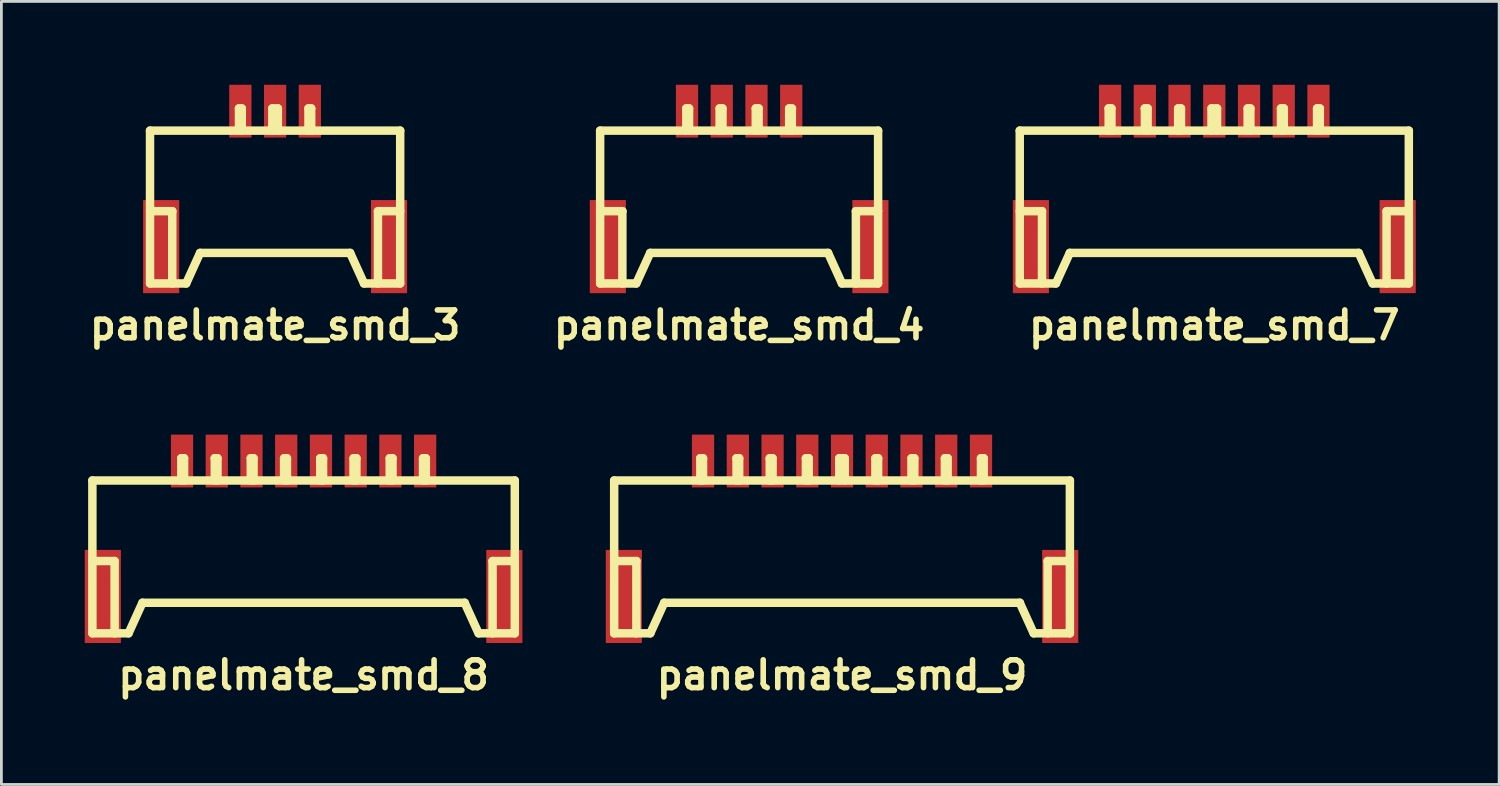
<source format=kicad_pcb>
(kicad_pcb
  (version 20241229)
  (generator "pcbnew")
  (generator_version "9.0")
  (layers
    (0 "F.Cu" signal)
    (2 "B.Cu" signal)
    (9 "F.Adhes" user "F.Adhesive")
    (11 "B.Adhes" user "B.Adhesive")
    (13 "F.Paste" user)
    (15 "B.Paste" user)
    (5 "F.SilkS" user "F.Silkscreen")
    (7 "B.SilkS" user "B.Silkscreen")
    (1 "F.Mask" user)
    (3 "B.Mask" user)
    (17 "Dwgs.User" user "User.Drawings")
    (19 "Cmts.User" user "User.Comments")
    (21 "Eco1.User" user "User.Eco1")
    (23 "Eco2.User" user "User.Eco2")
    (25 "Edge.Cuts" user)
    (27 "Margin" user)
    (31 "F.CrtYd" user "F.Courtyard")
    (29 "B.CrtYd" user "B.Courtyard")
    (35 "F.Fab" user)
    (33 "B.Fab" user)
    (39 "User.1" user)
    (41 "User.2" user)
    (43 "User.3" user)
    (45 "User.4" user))
  (footprint "panelmate_smd_4"
    (layer "F.Cu")
    (at 23.546 4.45)
    (property "Reference" "panelmate_smd_4" (at 0 4.201 0) (layer "F.SilkS") (effects (font (size 1.001 1.001) (thickness 0.201))))
    (attr through_hole)
    (fp_line (start -5.001 -2.799) (end -5.001 2.7) (stroke (width 0.305) (type solid)) (layer "F.SilkS"))
    (fp_line (start -4.999 0.099) (end -4.199 0.099) (stroke (width 0.305) (type solid)) (layer "F.SilkS"))
    (fp_line (start -4.201 0.099) (end -4.201 2.7) (stroke (width 0.305) (type solid)) (layer "F.SilkS"))
    (fp_line (start -3.701 2.7) (end -4.999 2.7) (stroke (width 0.305) (type solid)) (layer "F.SilkS"))
    (fp_line (start -3.701 2.7) (end -3.2 1.6) (stroke (width 0.305) (type solid)) (layer "F.SilkS"))
    (fp_line (start -3.2 1.6) (end 3.2 1.6) (stroke (width 0.305) (type solid)) (layer "F.SilkS"))
    (fp_line (start -1.902 -3.599) (end -1.801 -3.599) (stroke (width 0.305) (type solid)) (layer "F.SilkS"))
    (fp_line (start -1.9 -2.799) (end -1.9 -3.599) (stroke (width 0.305) (type solid)) (layer "F.SilkS"))
    (fp_line (start -1.801 -3.599) (end -1.801 -2.799) (stroke (width 0.305) (type solid)) (layer "F.SilkS"))
    (fp_line (start -0.701 -3.599) (end -0.701 -2.799) (stroke (width 0.305) (type solid)) (layer "F.SilkS"))
    (fp_line (start -0.599 -3.599) (end -0.701 -3.599) (stroke (width 0.305) (type solid)) (layer "F.SilkS"))
    (fp_line (start -0.599 -3.599) (end -0.599 -2.799) (stroke (width 0.305) (type solid)) (layer "F.SilkS"))
    (fp_line (start 0.599 -3.599) (end 0.599 -2.799) (stroke (width 0.305) (type solid)) (layer "F.SilkS"))
    (fp_line (start 0.701 -3.599) (end 0.599 -3.599) (stroke (width 0.305) (type solid)) (layer "F.SilkS"))
    (fp_line (start 0.701 -2.799) (end 0.701 -3.599) (stroke (width 0.305) (type solid)) (layer "F.SilkS"))
    (fp_line (start 1.801 -2.799) (end 1.801 -3.599) (stroke (width 0.305) (type solid)) (layer "F.SilkS"))
    (fp_line (start 1.803 -3.599) (end 1.902 -3.599) (stroke (width 0.305) (type solid)) (layer "F.SilkS"))
    (fp_line (start 1.897 -3.599) (end 1.897 -2.799) (stroke (width 0.305) (type solid)) (layer "F.SilkS"))
    (fp_line (start 3.2 1.6) (end 3.701 2.7) (stroke (width 0.305) (type solid)) (layer "F.SilkS"))
    (fp_line (start 3.701 2.7) (end 4.999 2.7) (stroke (width 0.305) (type solid)) (layer "F.SilkS"))
    (fp_line (start 4.201 0.099) (end 4.201 2.7) (stroke (width 0.305) (type solid)) (layer "F.SilkS"))
    (fp_line (start 5.001 -2.799) (end -5.001 -2.799) (stroke (width 0.305) (type solid)) (layer "F.SilkS"))
    (fp_line (start 5.001 0.099) (end 4.201 0.099) (stroke (width 0.305) (type solid)) (layer "F.SilkS"))
    (fp_line (start 5.001 2.7) (end 5.001 -2.799) (stroke (width 0.305) (type solid)) (layer "F.SilkS"))
    (pad "1" smd rect (at -1.875 -3.5) (size 0.8 1.9) (layers "F.Cu" "F.Mask" "F.Paste"))
    (pad "2" smd rect (at -0.625 -3.5) (size 0.8 1.9) (layers "F.Cu" "F.Mask" "F.Paste"))
    (pad "3" smd rect (at 0.625 -3.5) (size 0.8 1.9) (layers "F.Cu" "F.Mask" "F.Paste"))
    (pad "4" smd rect (at 1.875 -3.5) (size 0.8 1.9) (layers "F.Cu" "F.Mask" "F.Paste"))
    (pad "5" smd rect (at -4.724 1.374) (size 1.3 3.35) (layers "F.Cu" "F.Mask" "F.Paste"))
    (pad "5" smd rect (at 4.724 1.374) (size 1.3 3.35) (layers "F.Cu" "F.Mask" "F.Paste")))
  (footprint "panelmate_smd_3"
    (layer "F.Cu")
    (at 6.849 4.45)
    (property "Reference" "panelmate_smd_3" (at 0 4.201 0) (layer "F.SilkS") (effects (font (size 1.001 1.001) (thickness 0.201))))
    (attr through_hole)
    (fp_line (start -4.501 -2.799) (end 4.501 -2.799) (stroke (width 0.305) (type solid)) (layer "F.SilkS"))
    (fp_line (start -4.501 2.7) (end -4.501 -2.799) (stroke (width 0.305) (type solid)) (layer "F.SilkS"))
    (fp_line (start -4.498 0.099) (end -3.698 0.099) (stroke (width 0.305) (type solid)) (layer "F.SilkS"))
    (fp_line (start -3.701 0.099) (end -3.701 2.7) (stroke (width 0.305) (type solid)) (layer "F.SilkS"))
    (fp_line (start -3.2 2.7) (end -4.498 2.7) (stroke (width 0.305) (type solid)) (layer "F.SilkS"))
    (fp_line (start -3.2 2.7) (end -2.7 1.6) (stroke (width 0.305) (type solid)) (layer "F.SilkS"))
    (fp_line (start -2.7 1.6) (end 2.7 1.6) (stroke (width 0.305) (type solid)) (layer "F.SilkS"))
    (fp_line (start -1.3 -3.599) (end -1.199 -3.599) (stroke (width 0.305) (type solid)) (layer "F.SilkS"))
    (fp_line (start -1.3 -2.799) (end -1.3 -3.599) (stroke (width 0.305) (type solid)) (layer "F.SilkS"))
    (fp_line (start -1.199 -3.599) (end -1.199 -2.799) (stroke (width 0.305) (type solid)) (layer "F.SilkS"))
    (fp_line (start -0.099 -3.599) (end 0.099 -3.599) (stroke (width 0.305) (type solid)) (layer "F.SilkS"))
    (fp_line (start -0.099 -2.799) (end -0.099 -3.599) (stroke (width 0.305) (type solid)) (layer "F.SilkS"))
    (fp_line (start 0.099 -3.599) (end 0.099 -2.799) (stroke (width 0.305) (type solid)) (layer "F.SilkS"))
    (fp_line (start 1.201 -3.599) (end 1.3 -3.599) (stroke (width 0.305) (type solid)) (layer "F.SilkS"))
    (fp_line (start 1.201 -2.799) (end 1.201 -3.599) (stroke (width 0.305) (type solid)) (layer "F.SilkS"))
    (fp_line (start 1.298 -3.599) (end 1.298 -2.799) (stroke (width 0.305) (type solid)) (layer "F.SilkS"))
    (fp_line (start 2.7 1.6) (end 3.2 2.7) (stroke (width 0.305) (type solid)) (layer "F.SilkS"))
    (fp_line (start 3.2 2.7) (end 4.498 2.7) (stroke (width 0.305) (type solid)) (layer "F.SilkS"))
    (fp_line (start 3.701 0.099) (end 3.701 2.7) (stroke (width 0.305) (type solid)) (layer "F.SilkS"))
    (fp_line (start 4.501 -2.799) (end 4.501 2.7) (stroke (width 0.305) (type solid)) (layer "F.SilkS"))
    (fp_line (start 4.501 0.099) (end 3.701 0.099) (stroke (width 0.305) (type solid)) (layer "F.SilkS"))
    (pad "1" smd rect (at -1.25 -3.5) (size 0.8 1.9) (layers "F.Cu" "F.Mask" "F.Paste"))
    (pad "2" smd rect (at 0 -3.5) (size 0.8 1.9) (layers "F.Cu" "F.Mask" "F.Paste"))
    (pad "3" smd rect (at 1.25 -3.5) (size 0.8 1.9) (layers "F.Cu" "F.Mask" "F.Paste"))
    (pad "4" smd rect (at -4.1 1.374) (size 1.3 3.35) (layers "F.Cu" "F.Mask" "F.Paste"))
    (pad "4" smd rect (at 4.1 1.374) (size 1.3 3.35) (layers "F.Cu" "F.Mask" "F.Paste")))
  (footprint "panelmate_smd_7"
    (layer "F.Cu")
    (at 40.644 4.45)
    (property "Reference" "panelmate_smd_7" (at 0 4.201 0) (layer "F.SilkS") (effects (font (size 1.001 1.001) (thickness 0.201))))
    (attr through_hole)
    (fp_line (start -7 -2.799) (end -7 2.7) (stroke (width 0.305) (type solid)) (layer "F.SilkS"))
    (fp_line (start -7 -2.799) (end 7 -2.799) (stroke (width 0.305) (type solid)) (layer "F.SilkS"))
    (fp_line (start -7 0.099) (end -6.2 0.099) (stroke (width 0.305) (type solid)) (layer "F.SilkS"))
    (fp_line (start -6.2 0.099) (end -6.2 2.7) (stroke (width 0.305) (type solid)) (layer "F.SilkS"))
    (fp_line (start -5.7 2.7) (end -6.998 2.7) (stroke (width 0.305) (type solid)) (layer "F.SilkS"))
    (fp_line (start -5.7 2.7) (end -5.199 1.6) (stroke (width 0.305) (type solid)) (layer "F.SilkS"))
    (fp_line (start -5.199 1.6) (end 5.199 1.6) (stroke (width 0.305) (type solid)) (layer "F.SilkS"))
    (fp_line (start -3.802 -3.599) (end -3.701 -3.599) (stroke (width 0.305) (type solid)) (layer "F.SilkS"))
    (fp_line (start -3.8 -2.799) (end -3.8 -3.599) (stroke (width 0.305) (type solid)) (layer "F.SilkS"))
    (fp_line (start -3.701 -3.599) (end -3.701 -2.799) (stroke (width 0.305) (type solid)) (layer "F.SilkS"))
    (fp_line (start -2.502 -3.599) (end -2.4 -3.599) (stroke (width 0.305) (type solid)) (layer "F.SilkS"))
    (fp_line (start -2.497 -2.799) (end -2.497 -3.599) (stroke (width 0.305) (type solid)) (layer "F.SilkS"))
    (fp_line (start -2.4 -3.599) (end -2.4 -2.799) (stroke (width 0.305) (type solid)) (layer "F.SilkS"))
    (fp_line (start -1.3 -3.599) (end -1.3 -2.799) (stroke (width 0.305) (type solid)) (layer "F.SilkS"))
    (fp_line (start -1.199 -3.599) (end -1.3 -3.599) (stroke (width 0.305) (type solid)) (layer "F.SilkS"))
    (fp_line (start -1.199 -3.599) (end -1.199 -2.799) (stroke (width 0.305) (type solid)) (layer "F.SilkS"))
    (fp_line (start -0.099 -3.599) (end 0.099 -3.599) (stroke (width 0.305) (type solid)) (layer "F.SilkS"))
    (fp_line (start -0.099 -2.799) (end -0.099 -3.599) (stroke (width 0.305) (type solid)) (layer "F.SilkS"))
    (fp_line (start 0.099 -3.599) (end 0.099 -2.799) (stroke (width 0.305) (type solid)) (layer "F.SilkS"))
    (fp_line (start 1.201 -3.599) (end 1.3 -3.599) (stroke (width 0.305) (type solid)) (layer "F.SilkS"))
    (fp_line (start 1.201 -2.799) (end 1.201 -3.599) (stroke (width 0.305) (type solid)) (layer "F.SilkS"))
    (fp_line (start 1.298 -3.599) (end 1.298 -2.799) (stroke (width 0.305) (type solid)) (layer "F.SilkS"))
    (fp_line (start 2.4 -3.599) (end 2.4 -2.799) (stroke (width 0.305) (type solid)) (layer "F.SilkS"))
    (fp_line (start 2.502 -3.599) (end 2.4 -3.599) (stroke (width 0.305) (type solid)) (layer "F.SilkS"))
    (fp_line (start 2.502 -2.799) (end 2.502 -3.599) (stroke (width 0.305) (type solid)) (layer "F.SilkS"))
    (fp_line (start 3.698 -3.599) (end 3.698 -2.799) (stroke (width 0.305) (type solid)) (layer "F.SilkS"))
    (fp_line (start 3.701 -3.599) (end 3.8 -3.599) (stroke (width 0.305) (type solid)) (layer "F.SilkS"))
    (fp_line (start 3.797 -2.799) (end 3.797 -3.599) (stroke (width 0.305) (type solid)) (layer "F.SilkS"))
    (fp_line (start 5.197 1.6) (end 5.697 2.7) (stroke (width 0.305) (type solid)) (layer "F.SilkS"))
    (fp_line (start 5.702 2.7) (end 7 2.7) (stroke (width 0.305) (type solid)) (layer "F.SilkS"))
    (fp_line (start 6.2 0.099) (end 6.2 2.7) (stroke (width 0.305) (type solid)) (layer "F.SilkS"))
    (fp_line (start 7 -2.799) (end 7 2.7) (stroke (width 0.305) (type solid)) (layer "F.SilkS"))
    (fp_line (start 7 0.099) (end 6.2 0.099) (stroke (width 0.305) (type solid)) (layer "F.SilkS"))
    (pad "1" smd rect (at -3.749 -3.5) (size 0.8 1.9) (layers "F.Cu" "F.Mask" "F.Paste"))
    (pad "2" smd rect (at -2.499 -3.5) (size 0.8 1.9) (layers "F.Cu" "F.Mask" "F.Paste"))
    (pad "3" smd rect (at -1.25 -3.5) (size 0.8 1.9) (layers "F.Cu" "F.Mask" "F.Paste"))
    (pad "4" smd rect (at 0 -3.5) (size 0.8 1.9) (layers "F.Cu" "F.Mask" "F.Paste"))
    (pad "5" smd rect (at 1.25 -3.5) (size 0.8 1.9) (layers "F.Cu" "F.Mask" "F.Paste"))
    (pad "6" smd rect (at 2.499 -3.5) (size 0.8 1.9) (layers "F.Cu" "F.Mask" "F.Paste"))
    (pad "7" smd rect (at 3.749 -3.5) (size 0.8 1.9) (layers "F.Cu" "F.Mask" "F.Paste"))
    (pad "8" smd rect (at -6.599 1.374) (size 1.3 3.35) (layers "F.Cu" "F.Mask" "F.Paste"))
    (pad "8" smd rect (at 6.599 1.374) (size 1.3 3.35) (layers "F.Cu" "F.Mask" "F.Paste")))
  (footprint "panelmate_smd_8"
    (layer "F.Cu")
    (at 7.874 17.039)
    (property "Reference" "panelmate_smd_8" (at 0 4.201 0) (layer "F.SilkS") (effects (font (size 1.001 1.001) (thickness 0.201))))
    (attr through_hole)
    (fp_line (start -7.6 -2.799) (end -7.6 2.7) (stroke (width 0.305) (type solid)) (layer "F.SilkS"))
    (fp_line (start -7.6 -2.799) (end 7.6 -2.799) (stroke (width 0.305) (type solid)) (layer "F.SilkS"))
    (fp_line (start -7.6 0.099) (end -6.8 0.099) (stroke (width 0.305) (type solid)) (layer "F.SilkS"))
    (fp_line (start -6.8 0.099) (end -6.8 2.7) (stroke (width 0.305) (type solid)) (layer "F.SilkS"))
    (fp_line (start -6.299 2.7) (end -7.597 2.7) (stroke (width 0.305) (type solid)) (layer "F.SilkS"))
    (fp_line (start -6.299 2.7) (end -5.799 1.6) (stroke (width 0.305) (type solid)) (layer "F.SilkS"))
    (fp_line (start -5.799 1.6) (end 5.799 1.6) (stroke (width 0.305) (type solid)) (layer "F.SilkS"))
    (fp_line (start -4.402 -3.599) (end -4.3 -3.599) (stroke (width 0.305) (type solid)) (layer "F.SilkS"))
    (fp_line (start -4.399 -2.799) (end -4.399 -3.599) (stroke (width 0.305) (type solid)) (layer "F.SilkS"))
    (fp_line (start -4.3 -3.599) (end -4.3 -2.799) (stroke (width 0.305) (type solid)) (layer "F.SilkS"))
    (fp_line (start -3.2 -3.599) (end -3.099 -3.599) (stroke (width 0.305) (type solid)) (layer "F.SilkS"))
    (fp_line (start -3.195 -2.799) (end -3.195 -3.599) (stroke (width 0.305) (type solid)) (layer "F.SilkS"))
    (fp_line (start -3.099 -3.599) (end -3.099 -2.799) (stroke (width 0.305) (type solid)) (layer "F.SilkS"))
    (fp_line (start -1.9 -3.599) (end -1.9 -2.799) (stroke (width 0.305) (type solid)) (layer "F.SilkS"))
    (fp_line (start -1.801 -3.599) (end -1.902 -3.599) (stroke (width 0.305) (type solid)) (layer "F.SilkS"))
    (fp_line (start -1.801 -3.599) (end -1.801 -2.799) (stroke (width 0.305) (type solid)) (layer "F.SilkS"))
    (fp_line (start -0.701 -3.599) (end -0.599 -3.599) (stroke (width 0.305) (type solid)) (layer "F.SilkS"))
    (fp_line (start -0.701 -2.799) (end -0.701 -3.599) (stroke (width 0.305) (type solid)) (layer "F.SilkS"))
    (fp_line (start -0.599 -3.599) (end -0.599 -2.799) (stroke (width 0.305) (type solid)) (layer "F.SilkS"))
    (fp_line (start 0.599 -3.599) (end 0.599 -2.799) (stroke (width 0.305) (type solid)) (layer "F.SilkS"))
    (fp_line (start 0.701 -3.599) (end 0.599 -3.599) (stroke (width 0.305) (type solid)) (layer "F.SilkS"))
    (fp_line (start 0.701 -3.599) (end 0.701 -2.799) (stroke (width 0.305) (type solid)) (layer "F.SilkS"))
    (fp_line (start 1.798 -3.599) (end 1.798 -2.799) (stroke (width 0.305) (type solid)) (layer "F.SilkS"))
    (fp_line (start 1.803 -3.599) (end 1.902 -3.599) (stroke (width 0.305) (type solid)) (layer "F.SilkS"))
    (fp_line (start 1.9 -2.799) (end 1.9 -3.599) (stroke (width 0.305) (type solid)) (layer "F.SilkS"))
    (fp_line (start 3.099 -3.599) (end 3.099 -2.799) (stroke (width 0.305) (type solid)) (layer "F.SilkS"))
    (fp_line (start 3.2 -2.799) (end 3.2 -3.599) (stroke (width 0.305) (type solid)) (layer "F.SilkS"))
    (fp_line (start 3.203 -3.599) (end 3.101 -3.599) (stroke (width 0.305) (type solid)) (layer "F.SilkS"))
    (fp_line (start 4.298 -3.599) (end 4.298 -2.799) (stroke (width 0.305) (type solid)) (layer "F.SilkS"))
    (fp_line (start 4.3 -3.599) (end 4.399 -3.599) (stroke (width 0.305) (type solid)) (layer "F.SilkS"))
    (fp_line (start 4.399 -2.799) (end 4.399 -3.599) (stroke (width 0.305) (type solid)) (layer "F.SilkS"))
    (fp_line (start 5.796 1.6) (end 6.297 2.7) (stroke (width 0.305) (type solid)) (layer "F.SilkS"))
    (fp_line (start 6.302 2.7) (end 7.6 2.7) (stroke (width 0.305) (type solid)) (layer "F.SilkS"))
    (fp_line (start 6.8 0.099) (end 6.8 2.7) (stroke (width 0.305) (type solid)) (layer "F.SilkS"))
    (fp_line (start 7.6 -2.799) (end 7.6 2.7) (stroke (width 0.305) (type solid)) (layer "F.SilkS"))
    (fp_line (start 7.6 0.099) (end 6.8 0.099) (stroke (width 0.305) (type solid)) (layer "F.SilkS"))
    (pad "1" smd rect (at -4.374 -3.5) (size 0.8 1.9) (layers "F.Cu" "F.Mask" "F.Paste"))
    (pad "2" smd rect (at -3.124 -3.5) (size 0.8 1.9) (layers "F.Cu" "F.Mask" "F.Paste"))
    (pad "3" smd rect (at -1.875 -3.5) (size 0.8 1.9) (layers "F.Cu" "F.Mask" "F.Paste"))
    (pad "4" smd rect (at -0.625 -3.5) (size 0.8 1.9) (layers "F.Cu" "F.Mask" "F.Paste"))
    (pad "5" smd rect (at 0.625 -3.5) (size 0.8 1.9) (layers "F.Cu" "F.Mask" "F.Paste"))
    (pad "6" smd rect (at 1.875 -3.5) (size 0.8 1.9) (layers "F.Cu" "F.Mask" "F.Paste"))
    (pad "7" smd rect (at 3.124 -3.5) (size 0.8 1.9) (layers "F.Cu" "F.Mask" "F.Paste"))
    (pad "8" smd rect (at 4.374 -3.5) (size 0.8 1.9) (layers "F.Cu" "F.Mask" "F.Paste"))
    (pad "9" smd rect (at -7.224 1.374) (size 1.3 3.35) (layers "F.Cu" "F.Mask" "F.Paste"))
    (pad "9" smd rect (at 7.224 1.374) (size 1.3 3.35) (layers "F.Cu" "F.Mask" "F.Paste")))
  (footprint "panelmate_smd_9"
    (layer "F.Cu")
    (at 27.249 17.039)
    (property "Reference" "panelmate_smd_9" (at 0 4.201 0) (layer "F.SilkS") (effects (font (size 1.001 1.001) (thickness 0.201))))
    (attr through_hole)
    (fp_line (start -8.199 -2.799) (end -8.199 2.7) (stroke (width 0.305) (type solid)) (layer "F.SilkS"))
    (fp_line (start -8.199 0.099) (end -7.399 0.099) (stroke (width 0.305) (type solid)) (layer "F.SilkS"))
    (fp_line (start -7.399 0.099) (end -7.399 2.7) (stroke (width 0.305) (type solid)) (layer "F.SilkS"))
    (fp_line (start -6.899 2.7) (end -8.197 2.7) (stroke (width 0.305) (type solid)) (layer "F.SilkS"))
    (fp_line (start -6.899 2.7) (end -6.398 1.6) (stroke (width 0.305) (type solid)) (layer "F.SilkS"))
    (fp_line (start -6.401 1.6) (end 6.401 1.6) (stroke (width 0.305) (type solid)) (layer "F.SilkS"))
    (fp_line (start -5.103 -3.599) (end -5.001 -3.599) (stroke (width 0.305) (type solid)) (layer "F.SilkS"))
    (fp_line (start -5.098 -2.799) (end -5.098 -3.599) (stroke (width 0.305) (type solid)) (layer "F.SilkS"))
    (fp_line (start -5.001 -3.599) (end -5.001 -2.799) (stroke (width 0.305) (type solid)) (layer "F.SilkS"))
    (fp_line (start -3.802 -3.599) (end -3.701 -3.599) (stroke (width 0.305) (type solid)) (layer "F.SilkS"))
    (fp_line (start -3.795 -2.799) (end -3.795 -3.599) (stroke (width 0.305) (type solid)) (layer "F.SilkS"))
    (fp_line (start -3.701 -3.599) (end -3.701 -2.799) (stroke (width 0.305) (type solid)) (layer "F.SilkS"))
    (fp_line (start -2.601 -3.599) (end -2.601 -2.799) (stroke (width 0.305) (type solid)) (layer "F.SilkS"))
    (fp_line (start -2.499 -3.599) (end -2.601 -3.599) (stroke (width 0.305) (type solid)) (layer "F.SilkS"))
    (fp_line (start -2.499 -3.599) (end -2.499 -2.799) (stroke (width 0.305) (type solid)) (layer "F.SilkS"))
    (fp_line (start -1.3 -3.599) (end -1.199 -3.599) (stroke (width 0.305) (type solid)) (layer "F.SilkS"))
    (fp_line (start -1.3 -2.799) (end -1.3 -3.599) (stroke (width 0.305) (type solid)) (layer "F.SilkS"))
    (fp_line (start -1.199 -3.599) (end -1.199 -2.799) (stroke (width 0.305) (type solid)) (layer "F.SilkS"))
    (fp_line (start -0.099 -3.599) (end 0.099 -3.599) (stroke (width 0.305) (type solid)) (layer "F.SilkS"))
    (fp_line (start -0.099 -2.799) (end -0.099 -3.599) (stroke (width 0.305) (type solid)) (layer "F.SilkS"))
    (fp_line (start 0.099 -3.599) (end 0.099 -2.799) (stroke (width 0.305) (type solid)) (layer "F.SilkS"))
    (fp_line (start 1.201 -3.599) (end 1.201 -2.799) (stroke (width 0.305) (type solid)) (layer "F.SilkS"))
    (fp_line (start 1.298 -3.599) (end 1.298 -2.799) (stroke (width 0.305) (type solid)) (layer "F.SilkS"))
    (fp_line (start 1.3 -3.599) (end 1.199 -3.599) (stroke (width 0.305) (type solid)) (layer "F.SilkS"))
    (fp_line (start 2.499 -3.599) (end 2.499 -2.799) (stroke (width 0.305) (type solid)) (layer "F.SilkS"))
    (fp_line (start 2.504 -3.599) (end 2.603 -3.599) (stroke (width 0.305) (type solid)) (layer "F.SilkS"))
    (fp_line (start 2.601 -2.799) (end 2.601 -3.599) (stroke (width 0.305) (type solid)) (layer "F.SilkS"))
    (fp_line (start 3.701 -3.599) (end 3.701 -2.799) (stroke (width 0.305) (type solid)) (layer "F.SilkS"))
    (fp_line (start 3.8 -2.799) (end 3.8 -3.599) (stroke (width 0.305) (type solid)) (layer "F.SilkS"))
    (fp_line (start 3.805 -3.599) (end 3.703 -3.599) (stroke (width 0.305) (type solid)) (layer "F.SilkS"))
    (fp_line (start 4.999 -3.599) (end 4.999 -2.799) (stroke (width 0.305) (type solid)) (layer "F.SilkS"))
    (fp_line (start 5.001 -3.599) (end 5.1 -3.599) (stroke (width 0.305) (type solid)) (layer "F.SilkS"))
    (fp_line (start 5.098 -2.799) (end 5.098 -3.599) (stroke (width 0.305) (type solid)) (layer "F.SilkS"))
    (fp_line (start 6.396 1.6) (end 6.896 2.7) (stroke (width 0.305) (type solid)) (layer "F.SilkS"))
    (fp_line (start 6.901 2.7) (end 8.199 2.7) (stroke (width 0.305) (type solid)) (layer "F.SilkS"))
    (fp_line (start 7.399 0.099) (end 7.399 2.7) (stroke (width 0.305) (type solid)) (layer "F.SilkS"))
    (fp_line (start 8.199 -2.799) (end -8.199 -2.799) (stroke (width 0.305) (type solid)) (layer "F.SilkS"))
    (fp_line (start 8.199 -2.799) (end 8.199 2.7) (stroke (width 0.305) (type solid)) (layer "F.SilkS"))
    (fp_line (start 8.199 0.099) (end 7.399 0.099) (stroke (width 0.305) (type solid)) (layer "F.SilkS"))
    (pad "1" smd rect (at -5.001 -3.5) (size 0.8 1.9) (layers "F.Cu" "F.Mask" "F.Paste"))
    (pad "2" smd rect (at -3.749 -3.5) (size 0.8 1.9) (layers "F.Cu" "F.Mask" "F.Paste"))
    (pad "3" smd rect (at -2.499 -3.5) (size 0.8 1.9) (layers "F.Cu" "F.Mask" "F.Paste"))
    (pad "4" smd rect (at -1.25 -3.5) (size 0.8 1.9) (layers "F.Cu" "F.Mask" "F.Paste"))
    (pad "5" smd rect (at 0 -3.5) (size 0.8 1.9) (layers "F.Cu" "F.Mask" "F.Paste"))
    (pad "6" smd rect (at 1.25 -3.5) (size 0.8 1.9) (layers "F.Cu" "F.Mask" "F.Paste"))
    (pad "7" smd rect (at 2.499 -3.5) (size 0.8 1.9) (layers "F.Cu" "F.Mask" "F.Paste"))
    (pad "8" smd rect (at 3.749 -3.5) (size 0.8 1.9) (layers "F.Cu" "F.Mask" "F.Paste"))
    (pad "9" smd rect (at 5.001 -3.5) (size 0.8 1.9) (layers "F.Cu" "F.Mask" "F.Paste"))
    (pad "10" smd rect (at -7.851 1.374) (size 1.3 3.35) (layers "F.Cu" "F.Mask" "F.Paste"))
    (pad "10" smd rect (at 7.851 1.374) (size 1.3 3.35) (layers "F.Cu" "F.Mask" "F.Paste")))
  (gr_rect
    (start -3 -3)
    (end 50.894 25.178)
    (stroke (width 0.1) (type default))
    (fill no)
    (layer "Edge.Cuts")))
</source>
